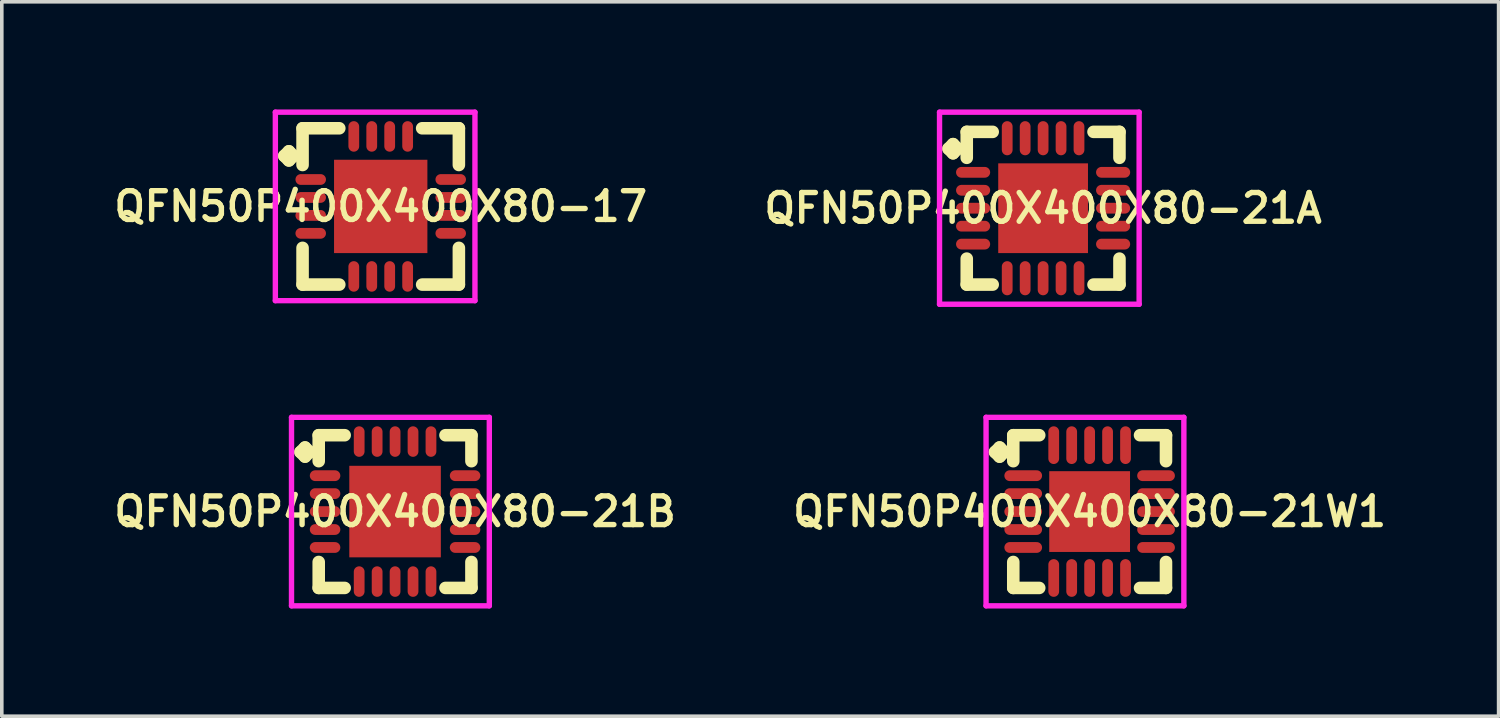
<source format=kicad_pcb>
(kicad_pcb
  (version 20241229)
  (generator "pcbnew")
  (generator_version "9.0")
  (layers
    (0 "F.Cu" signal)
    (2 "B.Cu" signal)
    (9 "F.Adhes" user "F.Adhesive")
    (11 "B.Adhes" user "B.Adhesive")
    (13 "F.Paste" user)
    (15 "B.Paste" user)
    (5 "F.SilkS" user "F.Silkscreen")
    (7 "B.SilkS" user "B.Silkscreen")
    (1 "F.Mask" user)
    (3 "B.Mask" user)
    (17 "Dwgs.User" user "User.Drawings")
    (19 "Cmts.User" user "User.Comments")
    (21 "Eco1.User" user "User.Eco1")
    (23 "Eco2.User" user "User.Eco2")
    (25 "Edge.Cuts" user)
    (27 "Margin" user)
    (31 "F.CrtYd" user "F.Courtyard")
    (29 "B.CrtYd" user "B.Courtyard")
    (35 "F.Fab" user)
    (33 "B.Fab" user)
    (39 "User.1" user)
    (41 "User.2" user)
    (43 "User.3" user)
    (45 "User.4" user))
  (footprint "QFN50P400X400X80-21W1"
    (layer "F.Cu")
    (at 27.302 11.2)
    (property "Reference" "QFN50P400X400X80-21W1" (at 0 0 0) (layer "F.SilkS") (effects (font (size 0.8 0.8) (thickness 0.15))))
    (attr smd)
    (fp_line (start -2.635 -1.658) (end -2.508 -1.785) (stroke (width 0.35) (type solid)) (layer "F.SilkS"))
    (fp_line (start -2.508 -1.785) (end -2.381 -1.658) (stroke (width 0.35) (type solid)) (layer "F.SilkS"))
    (fp_line (start -2.508 -1.531) (end -2.635 -1.658) (stroke (width 0.35) (type solid)) (layer "F.SilkS"))
    (fp_line (start -2.381 -1.658) (end -2.508 -1.531) (stroke (width 0.35) (type solid)) (layer "F.SilkS"))
    (fp_line (start -2.127 -2.127) (end -1.404 -2.127) (stroke (width 0.35) (type solid)) (layer "F.SilkS"))
    (fp_line (start -2.127 -1.404) (end -2.127 -2.127) (stroke (width 0.35) (type solid)) (layer "F.SilkS"))
    (fp_line (start -2.127 1.404) (end -2.127 2.127) (stroke (width 0.35) (type solid)) (layer "F.SilkS"))
    (fp_line (start -2.127 2.127) (end -1.404 2.127) (stroke (width 0.35) (type solid)) (layer "F.SilkS"))
    (fp_line (start 1.404 -2.127) (end 2.127 -2.127) (stroke (width 0.35) (type solid)) (layer "F.SilkS"))
    (fp_line (start 1.404 2.127) (end 2.127 2.127) (stroke (width 0.35) (type solid)) (layer "F.SilkS"))
    (fp_line (start 2.127 -2.127) (end 2.127 -1.404) (stroke (width 0.35) (type solid)) (layer "F.SilkS"))
    (fp_line (start 2.127 2.127) (end 2.127 1.404) (stroke (width 0.35) (type solid)) (layer "F.SilkS"))
    (fp_line (start -2.885 -2.625) (end 2.625 -2.625) (stroke (width 0.15) (type solid)) (layer "F.CrtYd"))
    (fp_line (start -2.885 2.625) (end -2.885 -2.625) (stroke (width 0.15) (type solid)) (layer "F.CrtYd"))
    (fp_line (start 2.625 -2.625) (end 2.625 2.625) (stroke (width 0.15) (type solid)) (layer "F.CrtYd"))
    (fp_line (start 2.625 2.625) (end -2.885 2.625) (stroke (width 0.15) (type solid)) (layer "F.CrtYd"))
    (pad "1" smd oval (at -1.85 -1) (size 1.05 0.3) (layers "F.Cu" "F.Mask" "F.Paste"))
    (pad "2" smd oval (at -1.85 -0.5) (size 1.05 0.3) (layers "F.Cu" "F.Mask" "F.Paste"))
    (pad "3" smd oval (at -1.85 0) (size 1.05 0.3) (layers "F.Cu" "F.Mask" "F.Paste"))
    (pad "4" smd oval (at -1.85 0.5) (size 1.05 0.3) (layers "F.Cu" "F.Mask" "F.Paste"))
    (pad "5" smd oval (at -1.85 1) (size 1.05 0.3) (layers "F.Cu" "F.Mask" "F.Paste"))
    (pad "6" smd oval (at -1 1.85) (size 0.3 1.05) (layers "F.Cu" "F.Mask" "F.Paste"))
    (pad "7" smd oval (at -0.5 1.85) (size 0.3 1.05) (layers "F.Cu" "F.Mask" "F.Paste"))
    (pad "8" smd oval (at 0 1.85) (size 0.3 1.05) (layers "F.Cu" "F.Mask" "F.Paste"))
    (pad "9" smd oval (at 0.5 1.85) (size 0.3 1.05) (layers "F.Cu" "F.Mask" "F.Paste"))
    (pad "10" smd oval (at 1 1.85) (size 0.3 1.05) (layers "F.Cu" "F.Mask" "F.Paste"))
    (pad "11" smd oval (at 1.85 1) (size 1.05 0.3) (layers "F.Cu" "F.Mask" "F.Paste"))
    (pad "12" smd oval (at 1.85 0.5) (size 1.05 0.3) (layers "F.Cu" "F.Mask" "F.Paste"))
    (pad "13" smd oval (at 1.85 0) (size 1.05 0.3) (layers "F.Cu" "F.Mask" "F.Paste"))
    (pad "14" smd oval (at 1.85 -0.5) (size 1.05 0.3) (layers "F.Cu" "F.Mask" "F.Paste"))
    (pad "15" smd oval (at 1.85 -1) (size 1.05 0.3) (layers "F.Cu" "F.Mask" "F.Paste"))
    (pad "16" smd oval (at 1 -1.85) (size 0.3 1.05) (layers "F.Cu" "F.Mask" "F.Paste"))
    (pad "17" smd oval (at 0.5 -1.85) (size 0.3 1.05) (layers "F.Cu" "F.Mask" "F.Paste"))
    (pad "18" smd oval (at 0 -1.85) (size 0.3 1.05) (layers "F.Cu" "F.Mask" "F.Paste"))
    (pad "19" smd oval (at -0.5 -1.85) (size 0.3 1.05) (layers "F.Cu" "F.Mask" "F.Paste"))
    (pad "20" smd oval (at -1 -1.85) (size 0.3 1.05) (layers "F.Cu" "F.Mask" "F.Paste"))
    (pad "21" smd rect (at 0 0) (size 2.25 2.25) (layers "F.Cu" "F.Mask" "F.Paste")))
  (footprint "QFN50P400X400X80-17"
    (layer "F.Cu")
    (at 7.555 2.7)
    (property "Reference" "QFN50P400X400X80-17" (at 0 0 0) (layer "F.SilkS") (effects (font (size 0.8 0.8) (thickness 0.15))))
    (attr smd)
    (fp_line (start -2.685 -1.408) (end -2.558 -1.535) (stroke (width 0.35) (type solid)) (layer "F.SilkS"))
    (fp_line (start -2.558 -1.535) (end -2.431 -1.408) (stroke (width 0.35) (type solid)) (layer "F.SilkS"))
    (fp_line (start -2.558 -1.281) (end -2.685 -1.408) (stroke (width 0.35) (type solid)) (layer "F.SilkS"))
    (fp_line (start -2.431 -1.408) (end -2.558 -1.281) (stroke (width 0.35) (type solid)) (layer "F.SilkS"))
    (fp_line (start -2.177 -2.177) (end -1.154 -2.177) (stroke (width 0.35) (type solid)) (layer "F.SilkS"))
    (fp_line (start -2.177 -1.154) (end -2.177 -2.177) (stroke (width 0.35) (type solid)) (layer "F.SilkS"))
    (fp_line (start -2.177 1.154) (end -2.177 2.177) (stroke (width 0.35) (type solid)) (layer "F.SilkS"))
    (fp_line (start -2.177 2.177) (end -1.154 2.177) (stroke (width 0.35) (type solid)) (layer "F.SilkS"))
    (fp_line (start 1.154 -2.177) (end 2.177 -2.177) (stroke (width 0.35) (type solid)) (layer "F.SilkS"))
    (fp_line (start 1.154 2.177) (end 2.177 2.177) (stroke (width 0.35) (type solid)) (layer "F.SilkS"))
    (fp_line (start 2.177 -2.177) (end 2.177 -1.154) (stroke (width 0.35) (type solid)) (layer "F.SilkS"))
    (fp_line (start 2.177 2.177) (end 2.177 1.154) (stroke (width 0.35) (type solid)) (layer "F.SilkS"))
    (fp_line (start -2.935 -2.625) (end 2.625 -2.625) (stroke (width 0.15) (type solid)) (layer "F.CrtYd"))
    (fp_line (start -2.935 2.625) (end -2.935 -2.625) (stroke (width 0.15) (type solid)) (layer "F.CrtYd"))
    (fp_line (start 2.625 -2.625) (end 2.625 2.625) (stroke (width 0.15) (type solid)) (layer "F.CrtYd"))
    (fp_line (start 2.625 2.625) (end -2.935 2.625) (stroke (width 0.15) (type solid)) (layer "F.CrtYd"))
    (pad "1" smd oval (at -1.95 -0.75) (size 0.85 0.3) (layers "F.Cu" "F.Mask" "F.Paste"))
    (pad "2" smd oval (at -1.95 -0.25) (size 0.85 0.3) (layers "F.Cu" "F.Mask" "F.Paste"))
    (pad "3" smd oval (at -1.95 0.25) (size 0.85 0.3) (layers "F.Cu" "F.Mask" "F.Paste"))
    (pad "4" smd oval (at -1.95 0.75) (size 0.85 0.3) (layers "F.Cu" "F.Mask" "F.Paste"))
    (pad "5" smd oval (at -0.75 1.95) (size 0.3 0.85) (layers "F.Cu" "F.Mask" "F.Paste"))
    (pad "6" smd oval (at -0.25 1.95) (size 0.3 0.85) (layers "F.Cu" "F.Mask" "F.Paste"))
    (pad "7" smd oval (at 0.25 1.95) (size 0.3 0.85) (layers "F.Cu" "F.Mask" "F.Paste"))
    (pad "8" smd oval (at 0.75 1.95) (size 0.3 0.85) (layers "F.Cu" "F.Mask" "F.Paste"))
    (pad "9" smd oval (at 1.95 0.75) (size 0.85 0.3) (layers "F.Cu" "F.Mask" "F.Paste"))
    (pad "10" smd oval (at 1.95 0.25) (size 0.85 0.3) (layers "F.Cu" "F.Mask" "F.Paste"))
    (pad "11" smd oval (at 1.95 -0.25) (size 0.85 0.3) (layers "F.Cu" "F.Mask" "F.Paste"))
    (pad "12" smd oval (at 1.95 -0.75) (size 0.85 0.3) (layers "F.Cu" "F.Mask" "F.Paste"))
    (pad "13" smd oval (at 0.75 -1.95) (size 0.3 0.85) (layers "F.Cu" "F.Mask" "F.Paste"))
    (pad "14" smd oval (at 0.25 -1.95) (size 0.3 0.85) (layers "F.Cu" "F.Mask" "F.Paste"))
    (pad "15" smd oval (at -0.25 -1.95) (size 0.3 0.85) (layers "F.Cu" "F.Mask" "F.Paste"))
    (pad "16" smd oval (at -0.75 -1.95) (size 0.3 0.85) (layers "F.Cu" "F.Mask" "F.Paste"))
    (pad "17" smd rect (at 0 0) (size 2.6 2.6) (layers "F.Cu" "F.Mask" "F.Paste")))
  (footprint "QFN50P400X400X80-21A"
    (layer "F.Cu")
    (at 26.006 2.75)
    (property "Reference" "QFN50P400X400X80-21A" (at 0 0 0) (layer "F.SilkS") (effects (font (size 0.8 0.8) (thickness 0.15))))
    (attr smd)
    (fp_line (start -2.635 -1.658) (end -2.508 -1.785) (stroke (width 0.35) (type solid)) (layer "F.SilkS"))
    (fp_line (start -2.508 -1.785) (end -2.381 -1.658) (stroke (width 0.35) (type solid)) (layer "F.SilkS"))
    (fp_line (start -2.508 -1.531) (end -2.635 -1.658) (stroke (width 0.35) (type solid)) (layer "F.SilkS"))
    (fp_line (start -2.381 -1.658) (end -2.508 -1.531) (stroke (width 0.35) (type solid)) (layer "F.SilkS"))
    (fp_line (start -2.127 -2.127) (end -1.404 -2.127) (stroke (width 0.35) (type solid)) (layer "F.SilkS"))
    (fp_line (start -2.127 -1.404) (end -2.127 -2.127) (stroke (width 0.35) (type solid)) (layer "F.SilkS"))
    (fp_line (start -2.127 1.404) (end -2.127 2.127) (stroke (width 0.35) (type solid)) (layer "F.SilkS"))
    (fp_line (start -2.127 2.127) (end -1.404 2.127) (stroke (width 0.35) (type solid)) (layer "F.SilkS"))
    (fp_line (start 1.404 -2.127) (end 2.127 -2.127) (stroke (width 0.35) (type solid)) (layer "F.SilkS"))
    (fp_line (start 1.404 2.127) (end 2.127 2.127) (stroke (width 0.35) (type solid)) (layer "F.SilkS"))
    (fp_line (start 2.127 -2.127) (end 2.127 -1.404) (stroke (width 0.35) (type solid)) (layer "F.SilkS"))
    (fp_line (start 2.127 2.127) (end 2.127 1.404) (stroke (width 0.35) (type solid)) (layer "F.SilkS"))
    (fp_line (start -2.885 -2.675) (end 2.675 -2.675) (stroke (width 0.15) (type solid)) (layer "F.CrtYd"))
    (fp_line (start -2.885 2.675) (end -2.885 -2.675) (stroke (width 0.15) (type solid)) (layer "F.CrtYd"))
    (fp_line (start 2.675 -2.675) (end 2.675 2.675) (stroke (width 0.15) (type solid)) (layer "F.CrtYd"))
    (fp_line (start 2.675 2.675) (end -2.885 2.675) (stroke (width 0.15) (type solid)) (layer "F.CrtYd"))
    (pad "1" smd oval (at -1.95 -1) (size 0.95 0.3) (layers "F.Cu" "F.Mask" "F.Paste"))
    (pad "2" smd oval (at -1.95 -0.5) (size 0.95 0.3) (layers "F.Cu" "F.Mask" "F.Paste"))
    (pad "3" smd oval (at -1.95 0) (size 0.95 0.3) (layers "F.Cu" "F.Mask" "F.Paste"))
    (pad "4" smd oval (at -1.95 0.5) (size 0.95 0.3) (layers "F.Cu" "F.Mask" "F.Paste"))
    (pad "5" smd oval (at -1.95 1) (size 0.95 0.3) (layers "F.Cu" "F.Mask" "F.Paste"))
    (pad "6" smd oval (at -1 1.95) (size 0.3 0.95) (layers "F.Cu" "F.Mask" "F.Paste"))
    (pad "7" smd oval (at -0.5 1.95) (size 0.3 0.95) (layers "F.Cu" "F.Mask" "F.Paste"))
    (pad "8" smd oval (at 0 1.95) (size 0.3 0.95) (layers "F.Cu" "F.Mask" "F.Paste"))
    (pad "9" smd oval (at 0.5 1.95) (size 0.3 0.95) (layers "F.Cu" "F.Mask" "F.Paste"))
    (pad "10" smd oval (at 1 1.95) (size 0.3 0.95) (layers "F.Cu" "F.Mask" "F.Paste"))
    (pad "11" smd oval (at 1.95 1) (size 0.95 0.3) (layers "F.Cu" "F.Mask" "F.Paste"))
    (pad "12" smd oval (at 1.95 0.5) (size 0.95 0.3) (layers "F.Cu" "F.Mask" "F.Paste"))
    (pad "13" smd oval (at 1.95 0) (size 0.95 0.3) (layers "F.Cu" "F.Mask" "F.Paste"))
    (pad "14" smd oval (at 1.95 -0.5) (size 0.95 0.3) (layers "F.Cu" "F.Mask" "F.Paste"))
    (pad "15" smd oval (at 1.95 -1) (size 0.95 0.3) (layers "F.Cu" "F.Mask" "F.Paste"))
    (pad "16" smd oval (at 1 -1.95) (size 0.3 0.95) (layers "F.Cu" "F.Mask" "F.Paste"))
    (pad "17" smd oval (at 0.5 -1.95) (size 0.3 0.95) (layers "F.Cu" "F.Mask" "F.Paste"))
    (pad "18" smd oval (at 0 -1.95) (size 0.3 0.95) (layers "F.Cu" "F.Mask" "F.Paste"))
    (pad "19" smd oval (at -0.5 -1.95) (size 0.3 0.95) (layers "F.Cu" "F.Mask" "F.Paste"))
    (pad "20" smd oval (at -1 -1.95) (size 0.3 0.95) (layers "F.Cu" "F.Mask" "F.Paste"))
    (pad "21" smd rect (at 0 0) (size 2.5 2.5) (layers "F.Cu" "F.Mask" "F.Paste")))
  (footprint "QFN50P400X400X80-21B"
    (layer "F.Cu")
    (at 7.955 11.2)
    (property "Reference" "QFN50P400X400X80-21B" (at 0 0 0) (layer "F.SilkS") (effects (font (size 0.8 0.8) (thickness 0.15))))
    (attr smd)
    (fp_line (start -2.635 -1.658) (end -2.508 -1.785) (stroke (width 0.35) (type solid)) (layer "F.SilkS"))
    (fp_line (start -2.508 -1.785) (end -2.381 -1.658) (stroke (width 0.35) (type solid)) (layer "F.SilkS"))
    (fp_line (start -2.508 -1.531) (end -2.635 -1.658) (stroke (width 0.35) (type solid)) (layer "F.SilkS"))
    (fp_line (start -2.381 -1.658) (end -2.508 -1.531) (stroke (width 0.35) (type solid)) (layer "F.SilkS"))
    (fp_line (start -2.127 -2.127) (end -1.404 -2.127) (stroke (width 0.35) (type solid)) (layer "F.SilkS"))
    (fp_line (start -2.127 -1.404) (end -2.127 -2.127) (stroke (width 0.35) (type solid)) (layer "F.SilkS"))
    (fp_line (start -2.127 1.404) (end -2.127 2.127) (stroke (width 0.35) (type solid)) (layer "F.SilkS"))
    (fp_line (start -2.127 2.127) (end -1.404 2.127) (stroke (width 0.35) (type solid)) (layer "F.SilkS"))
    (fp_line (start 1.404 -2.127) (end 2.127 -2.127) (stroke (width 0.35) (type solid)) (layer "F.SilkS"))
    (fp_line (start 1.404 2.127) (end 2.127 2.127) (stroke (width 0.35) (type solid)) (layer "F.SilkS"))
    (fp_line (start 2.127 -2.127) (end 2.127 -1.404) (stroke (width 0.35) (type solid)) (layer "F.SilkS"))
    (fp_line (start 2.127 2.127) (end 2.127 1.404) (stroke (width 0.35) (type solid)) (layer "F.SilkS"))
    (fp_line (start -2.885 -2.625) (end 2.625 -2.625) (stroke (width 0.15) (type solid)) (layer "F.CrtYd"))
    (fp_line (start -2.885 2.625) (end -2.885 -2.625) (stroke (width 0.15) (type solid)) (layer "F.CrtYd"))
    (fp_line (start 2.625 -2.625) (end 2.625 2.625) (stroke (width 0.15) (type solid)) (layer "F.CrtYd"))
    (fp_line (start 2.625 2.625) (end -2.885 2.625) (stroke (width 0.15) (type solid)) (layer "F.CrtYd"))
    (pad "1" smd oval (at -1.95 -1) (size 0.85 0.3) (layers "F.Cu" "F.Mask" "F.Paste"))
    (pad "2" smd oval (at -1.95 -0.5) (size 0.85 0.3) (layers "F.Cu" "F.Mask" "F.Paste"))
    (pad "3" smd oval (at -1.95 0) (size 0.85 0.3) (layers "F.Cu" "F.Mask" "F.Paste"))
    (pad "4" smd oval (at -1.95 0.5) (size 0.85 0.3) (layers "F.Cu" "F.Mask" "F.Paste"))
    (pad "5" smd oval (at -1.95 1) (size 0.85 0.3) (layers "F.Cu" "F.Mask" "F.Paste"))
    (pad "6" smd oval (at -1 1.95) (size 0.3 0.85) (layers "F.Cu" "F.Mask" "F.Paste"))
    (pad "7" smd oval (at -0.5 1.95) (size 0.3 0.85) (layers "F.Cu" "F.Mask" "F.Paste"))
    (pad "8" smd oval (at 0 1.95) (size 0.3 0.85) (layers "F.Cu" "F.Mask" "F.Paste"))
    (pad "9" smd oval (at 0.5 1.95) (size 0.3 0.85) (layers "F.Cu" "F.Mask" "F.Paste"))
    (pad "10" smd oval (at 1 1.95) (size 0.3 0.85) (layers "F.Cu" "F.Mask" "F.Paste"))
    (pad "11" smd oval (at 1.95 1) (size 0.85 0.3) (layers "F.Cu" "F.Mask" "F.Paste"))
    (pad "12" smd oval (at 1.95 0.5) (size 0.85 0.3) (layers "F.Cu" "F.Mask" "F.Paste"))
    (pad "13" smd oval (at 1.95 0) (size 0.85 0.3) (layers "F.Cu" "F.Mask" "F.Paste"))
    (pad "14" smd oval (at 1.95 -0.5) (size 0.85 0.3) (layers "F.Cu" "F.Mask" "F.Paste"))
    (pad "15" smd oval (at 1.95 -1) (size 0.85 0.3) (layers "F.Cu" "F.Mask" "F.Paste"))
    (pad "16" smd oval (at 1 -1.95) (size 0.3 0.85) (layers "F.Cu" "F.Mask" "F.Paste"))
    (pad "17" smd oval (at 0.5 -1.95) (size 0.3 0.85) (layers "F.Cu" "F.Mask" "F.Paste"))
    (pad "18" smd oval (at 0 -1.95) (size 0.3 0.85) (layers "F.Cu" "F.Mask" "F.Paste"))
    (pad "19" smd oval (at -0.5 -1.95) (size 0.3 0.85) (layers "F.Cu" "F.Mask" "F.Paste"))
    (pad "20" smd oval (at -1 -1.95) (size 0.3 0.85) (layers "F.Cu" "F.Mask" "F.Paste"))
    (pad "21" smd rect (at 0 0) (size 2.55 2.55) (layers "F.Cu" "F.Mask" "F.Paste")))
  (gr_rect
    (start -3 -3)
    (end 38.694 16.9)
    (stroke (width 0.1) (type default))
    (fill no)
    (layer "Edge.Cuts")))
</source>
